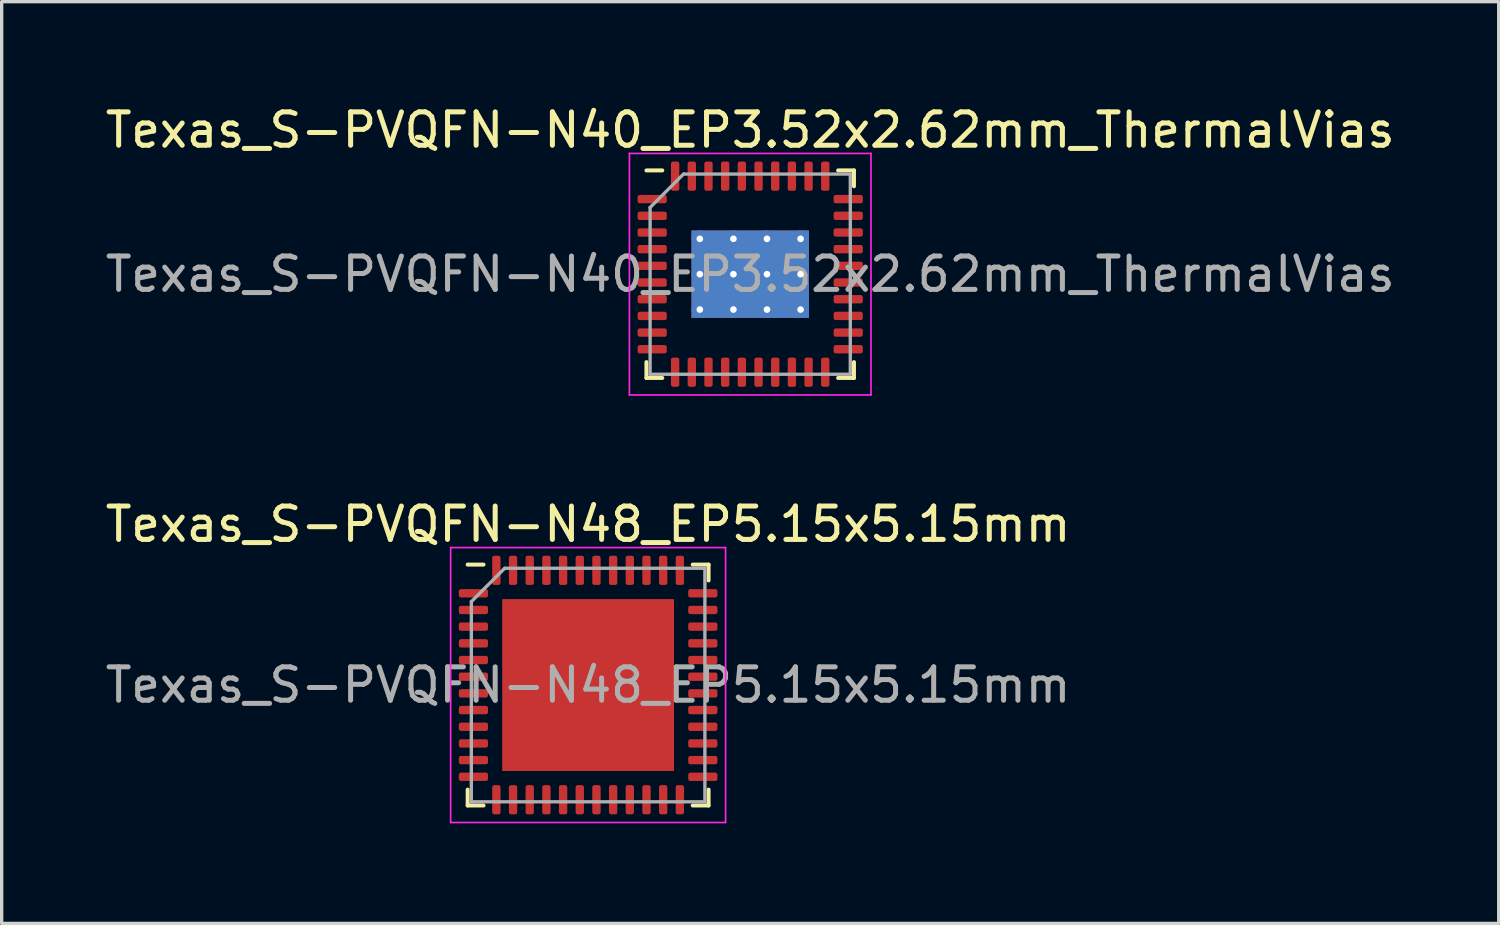
<source format=kicad_pcb>
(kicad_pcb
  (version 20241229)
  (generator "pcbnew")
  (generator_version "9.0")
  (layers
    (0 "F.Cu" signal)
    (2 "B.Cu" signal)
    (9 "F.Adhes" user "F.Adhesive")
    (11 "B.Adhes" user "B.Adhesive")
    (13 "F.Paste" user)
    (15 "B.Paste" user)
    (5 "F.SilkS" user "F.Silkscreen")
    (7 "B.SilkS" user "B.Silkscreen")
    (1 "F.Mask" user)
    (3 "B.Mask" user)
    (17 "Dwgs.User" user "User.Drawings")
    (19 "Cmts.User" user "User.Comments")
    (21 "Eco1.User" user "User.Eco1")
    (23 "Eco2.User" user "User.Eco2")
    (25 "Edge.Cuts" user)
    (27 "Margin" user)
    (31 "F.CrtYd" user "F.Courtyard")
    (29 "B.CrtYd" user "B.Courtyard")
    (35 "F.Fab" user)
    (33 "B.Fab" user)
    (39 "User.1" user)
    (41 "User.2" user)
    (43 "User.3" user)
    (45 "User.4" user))
  (footprint "Texas_S-PVQFN-N48_EP5.15x5.15mm"
    (layer "F.Cu")
    (at 14.577 17.482)
    (property "Reference" "Texas_S-PVQFN-N48_EP5.15x5.15mm" (at 0 -4.82 0) (layer "F.SilkS") (effects (font (size 1 1) (thickness 0.15))))
    (attr smd)
    (fp_line (start -3.61 3.61) (end -3.61 3.135) (stroke (width 0.12) (type solid)) (layer "F.SilkS"))
    (fp_line (start -3.135 -3.61) (end -3.61 -3.61) (stroke (width 0.12) (type solid)) (layer "F.SilkS"))
    (fp_line (start -3.135 3.61) (end -3.61 3.61) (stroke (width 0.12) (type solid)) (layer "F.SilkS"))
    (fp_line (start 3.135 -3.61) (end 3.61 -3.61) (stroke (width 0.12) (type solid)) (layer "F.SilkS"))
    (fp_line (start 3.135 3.61) (end 3.61 3.61) (stroke (width 0.12) (type solid)) (layer "F.SilkS"))
    (fp_line (start 3.61 -3.61) (end 3.61 -3.135) (stroke (width 0.12) (type solid)) (layer "F.SilkS"))
    (fp_line (start 3.61 3.61) (end 3.61 3.135) (stroke (width 0.12) (type solid)) (layer "F.SilkS"))
    (fp_line (start -4.12 -4.12) (end -4.12 4.12) (stroke (width 0.05) (type solid)) (layer "F.CrtYd"))
    (fp_line (start -4.12 4.12) (end 4.12 4.12) (stroke (width 0.05) (type solid)) (layer "F.CrtYd"))
    (fp_line (start 4.12 -4.12) (end -4.12 -4.12) (stroke (width 0.05) (type solid)) (layer "F.CrtYd"))
    (fp_line (start 4.12 4.12) (end 4.12 -4.12) (stroke (width 0.05) (type solid)) (layer "F.CrtYd"))
    (fp_line (start -3.5 -2.5) (end -2.5 -3.5) (stroke (width 0.1) (type solid)) (layer "F.Fab"))
    (fp_line (start -3.5 3.5) (end -3.5 -2.5) (stroke (width 0.1) (type solid)) (layer "F.Fab"))
    (fp_line (start -2.5 -3.5) (end 3.5 -3.5) (stroke (width 0.1) (type solid)) (layer "F.Fab"))
    (fp_line (start 3.5 -3.5) (end 3.5 3.5) (stroke (width 0.1) (type solid)) (layer "F.Fab"))
    (fp_line (start 3.5 3.5) (end -3.5 3.5) (stroke (width 0.1) (type solid)) (layer "F.Fab"))
    (fp_text user "${REFERENCE}" (at 0 0 0) (layer "F.Fab") (effects (font (size 1 1) (thickness 0.15))))
    (pad "" smd roundrect (at -1.935 -1.935) (size 1.04 1.04) (layers "F.Paste") (roundrect_rratio 0.24))
    (pad "" smd roundrect (at -1.935 -0.645) (size 1.04 1.04) (layers "F.Paste") (roundrect_rratio 0.24))
    (pad "" smd roundrect (at -1.935 0.645) (size 1.04 1.04) (layers "F.Paste") (roundrect_rratio 0.24))
    (pad "" smd roundrect (at -1.935 1.935) (size 1.04 1.04) (layers "F.Paste") (roundrect_rratio 0.24))
    (pad "" smd roundrect (at -0.645 -1.935) (size 1.04 1.04) (layers "F.Paste") (roundrect_rratio 0.24))
    (pad "" smd roundrect (at -0.645 -0.645) (size 1.04 1.04) (layers "F.Paste") (roundrect_rratio 0.24))
    (pad "" smd roundrect (at -0.645 0.645) (size 1.04 1.04) (layers "F.Paste") (roundrect_rratio 0.24))
    (pad "" smd roundrect (at -0.645 1.935) (size 1.04 1.04) (layers "F.Paste") (roundrect_rratio 0.24))
    (pad "" smd roundrect (at 0.645 -1.935) (size 1.04 1.04) (layers "F.Paste") (roundrect_rratio 0.24))
    (pad "" smd roundrect (at 0.645 -0.645) (size 1.04 1.04) (layers "F.Paste") (roundrect_rratio 0.24))
    (pad "" smd roundrect (at 0.645 0.645) (size 1.04 1.04) (layers "F.Paste") (roundrect_rratio 0.24))
    (pad "" smd roundrect (at 0.645 1.935) (size 1.04 1.04) (layers "F.Paste") (roundrect_rratio 0.24))
    (pad "" smd roundrect (at 1.935 -1.935) (size 1.04 1.04) (layers "F.Paste") (roundrect_rratio 0.24))
    (pad "" smd roundrect (at 1.935 -0.645) (size 1.04 1.04) (layers "F.Paste") (roundrect_rratio 0.24))
    (pad "" smd roundrect (at 1.935 0.645) (size 1.04 1.04) (layers "F.Paste") (roundrect_rratio 0.24))
    (pad "" smd roundrect (at 1.935 1.935) (size 1.04 1.04) (layers "F.Paste") (roundrect_rratio 0.24))
    (pad "1" smd roundrect (at -3.438 -2.75) (size 0.875 0.25) (layers "F.Cu" "F.Mask" "F.Paste") (roundrect_rratio 0.25))
    (pad "2" smd roundrect (at -3.438 -2.25) (size 0.875 0.25) (layers "F.Cu" "F.Mask" "F.Paste") (roundrect_rratio 0.25))
    (pad "3" smd roundrect (at -3.438 -1.75) (size 0.875 0.25) (layers "F.Cu" "F.Mask" "F.Paste") (roundrect_rratio 0.25))
    (pad "4" smd roundrect (at -3.438 -1.25) (size 0.875 0.25) (layers "F.Cu" "F.Mask" "F.Paste") (roundrect_rratio 0.25))
    (pad "5" smd roundrect (at -3.438 -0.75) (size 0.875 0.25) (layers "F.Cu" "F.Mask" "F.Paste") (roundrect_rratio 0.25))
    (pad "6" smd roundrect (at -3.438 -0.25) (size 0.875 0.25) (layers "F.Cu" "F.Mask" "F.Paste") (roundrect_rratio 0.25))
    (pad "7" smd roundrect (at -3.438 0.25) (size 0.875 0.25) (layers "F.Cu" "F.Mask" "F.Paste") (roundrect_rratio 0.25))
    (pad "8" smd roundrect (at -3.438 0.75) (size 0.875 0.25) (layers "F.Cu" "F.Mask" "F.Paste") (roundrect_rratio 0.25))
    (pad "9" smd roundrect (at -3.438 1.25) (size 0.875 0.25) (layers "F.Cu" "F.Mask" "F.Paste") (roundrect_rratio 0.25))
    (pad "10" smd roundrect (at -3.438 1.75) (size 0.875 0.25) (layers "F.Cu" "F.Mask" "F.Paste") (roundrect_rratio 0.25))
    (pad "11" smd roundrect (at -3.438 2.25) (size 0.875 0.25) (layers "F.Cu" "F.Mask" "F.Paste") (roundrect_rratio 0.25))
    (pad "12" smd roundrect (at -3.438 2.75) (size 0.875 0.25) (layers "F.Cu" "F.Mask" "F.Paste") (roundrect_rratio 0.25))
    (pad "13" smd roundrect (at -2.75 3.438) (size 0.25 0.875) (layers "F.Cu" "F.Mask" "F.Paste") (roundrect_rratio 0.25))
    (pad "14" smd roundrect (at -2.25 3.438) (size 0.25 0.875) (layers "F.Cu" "F.Mask" "F.Paste") (roundrect_rratio 0.25))
    (pad "15" smd roundrect (at -1.75 3.438) (size 0.25 0.875) (layers "F.Cu" "F.Mask" "F.Paste") (roundrect_rratio 0.25))
    (pad "16" smd roundrect (at -1.25 3.438) (size 0.25 0.875) (layers "F.Cu" "F.Mask" "F.Paste") (roundrect_rratio 0.25))
    (pad "17" smd roundrect (at -0.75 3.438) (size 0.25 0.875) (layers "F.Cu" "F.Mask" "F.Paste") (roundrect_rratio 0.25))
    (pad "18" smd roundrect (at -0.25 3.438) (size 0.25 0.875) (layers "F.Cu" "F.Mask" "F.Paste") (roundrect_rratio 0.25))
    (pad "19" smd roundrect (at 0.25 3.438) (size 0.25 0.875) (layers "F.Cu" "F.Mask" "F.Paste") (roundrect_rratio 0.25))
    (pad "20" smd roundrect (at 0.75 3.438) (size 0.25 0.875) (layers "F.Cu" "F.Mask" "F.Paste") (roundrect_rratio 0.25))
    (pad "21" smd roundrect (at 1.25 3.438) (size 0.25 0.875) (layers "F.Cu" "F.Mask" "F.Paste") (roundrect_rratio 0.25))
    (pad "22" smd roundrect (at 1.75 3.438) (size 0.25 0.875) (layers "F.Cu" "F.Mask" "F.Paste") (roundrect_rratio 0.25))
    (pad "23" smd roundrect (at 2.25 3.438) (size 0.25 0.875) (layers "F.Cu" "F.Mask" "F.Paste") (roundrect_rratio 0.25))
    (pad "24" smd roundrect (at 2.75 3.438) (size 0.25 0.875) (layers "F.Cu" "F.Mask" "F.Paste") (roundrect_rratio 0.25))
    (pad "25" smd roundrect (at 3.438 2.75) (size 0.875 0.25) (layers "F.Cu" "F.Mask" "F.Paste") (roundrect_rratio 0.25))
    (pad "26" smd roundrect (at 3.438 2.25) (size 0.875 0.25) (layers "F.Cu" "F.Mask" "F.Paste") (roundrect_rratio 0.25))
    (pad "27" smd roundrect (at 3.438 1.75) (size 0.875 0.25) (layers "F.Cu" "F.Mask" "F.Paste") (roundrect_rratio 0.25))
    (pad "28" smd roundrect (at 3.438 1.25) (size 0.875 0.25) (layers "F.Cu" "F.Mask" "F.Paste") (roundrect_rratio 0.25))
    (pad "29" smd roundrect (at 3.438 0.75) (size 0.875 0.25) (layers "F.Cu" "F.Mask" "F.Paste") (roundrect_rratio 0.25))
    (pad "30" smd roundrect (at 3.438 0.25) (size 0.875 0.25) (layers "F.Cu" "F.Mask" "F.Paste") (roundrect_rratio 0.25))
    (pad "31" smd roundrect (at 3.438 -0.25) (size 0.875 0.25) (layers "F.Cu" "F.Mask" "F.Paste") (roundrect_rratio 0.25))
    (pad "32" smd roundrect (at 3.438 -0.75) (size 0.875 0.25) (layers "F.Cu" "F.Mask" "F.Paste") (roundrect_rratio 0.25))
    (pad "33" smd roundrect (at 3.438 -1.25) (size 0.875 0.25) (layers "F.Cu" "F.Mask" "F.Paste") (roundrect_rratio 0.25))
    (pad "34" smd roundrect (at 3.438 -1.75) (size 0.875 0.25) (layers "F.Cu" "F.Mask" "F.Paste") (roundrect_rratio 0.25))
    (pad "35" smd roundrect (at 3.438 -2.25) (size 0.875 0.25) (layers "F.Cu" "F.Mask" "F.Paste") (roundrect_rratio 0.25))
    (pad "36" smd roundrect (at 3.438 -2.75) (size 0.875 0.25) (layers "F.Cu" "F.Mask" "F.Paste") (roundrect_rratio 0.25))
    (pad "37" smd roundrect (at 2.75 -3.438) (size 0.25 0.875) (layers "F.Cu" "F.Mask" "F.Paste") (roundrect_rratio 0.25))
    (pad "38" smd roundrect (at 2.25 -3.438) (size 0.25 0.875) (layers "F.Cu" "F.Mask" "F.Paste") (roundrect_rratio 0.25))
    (pad "39" smd roundrect (at 1.75 -3.438) (size 0.25 0.875) (layers "F.Cu" "F.Mask" "F.Paste") (roundrect_rratio 0.25))
    (pad "40" smd roundrect (at 1.25 -3.438) (size 0.25 0.875) (layers "F.Cu" "F.Mask" "F.Paste") (roundrect_rratio 0.25))
    (pad "41" smd roundrect (at 0.75 -3.438) (size 0.25 0.875) (layers "F.Cu" "F.Mask" "F.Paste") (roundrect_rratio 0.25))
    (pad "42" smd roundrect (at 0.25 -3.438) (size 0.25 0.875) (layers "F.Cu" "F.Mask" "F.Paste") (roundrect_rratio 0.25))
    (pad "43" smd roundrect (at -0.25 -3.438) (size 0.25 0.875) (layers "F.Cu" "F.Mask" "F.Paste") (roundrect_rratio 0.25))
    (pad "44" smd roundrect (at -0.75 -3.438) (size 0.25 0.875) (layers "F.Cu" "F.Mask" "F.Paste") (roundrect_rratio 0.25))
    (pad "45" smd roundrect (at -1.25 -3.438) (size 0.25 0.875) (layers "F.Cu" "F.Mask" "F.Paste") (roundrect_rratio 0.25))
    (pad "46" smd roundrect (at -1.75 -3.438) (size 0.25 0.875) (layers "F.Cu" "F.Mask" "F.Paste") (roundrect_rratio 0.25))
    (pad "47" smd roundrect (at -2.25 -3.438) (size 0.25 0.875) (layers "F.Cu" "F.Mask" "F.Paste") (roundrect_rratio 0.25))
    (pad "48" smd roundrect (at -2.75 -3.438) (size 0.25 0.875) (layers "F.Cu" "F.Mask" "F.Paste") (roundrect_rratio 0.25))
    (pad "49" smd rect (at 0 0) (size 5.15 5.15) (layers "F.Cu" "F.Mask")))
  (footprint "Texas_S-PVQFN-N40_EP3.52x2.62mm_ThermalVias"
    (layer "F.Cu")
    (at 19.435 5.168)
    (property "Reference" "Texas_S-PVQFN-N40_EP3.52x2.62mm_ThermalVias" (at 0 -4.32 0) (layer "F.SilkS") (effects (font (size 1 1) (thickness 0.15))))
    (attr smd)
    (fp_line (start -3.11 3.11) (end -3.11 2.635) (stroke (width 0.12) (type solid)) (layer "F.SilkS"))
    (fp_line (start -2.635 -3.11) (end -3.11 -3.11) (stroke (width 0.12) (type solid)) (layer "F.SilkS"))
    (fp_line (start -2.635 3.11) (end -3.11 3.11) (stroke (width 0.12) (type solid)) (layer "F.SilkS"))
    (fp_line (start 2.635 -3.11) (end 3.11 -3.11) (stroke (width 0.12) (type solid)) (layer "F.SilkS"))
    (fp_line (start 2.635 3.11) (end 3.11 3.11) (stroke (width 0.12) (type solid)) (layer "F.SilkS"))
    (fp_line (start 3.11 -3.11) (end 3.11 -2.635) (stroke (width 0.12) (type solid)) (layer "F.SilkS"))
    (fp_line (start 3.11 3.11) (end 3.11 2.635) (stroke (width 0.12) (type solid)) (layer "F.SilkS"))
    (fp_line (start -3.62 -3.62) (end -3.62 3.62) (stroke (width 0.05) (type solid)) (layer "F.CrtYd"))
    (fp_line (start -3.62 3.62) (end 3.62 3.62) (stroke (width 0.05) (type solid)) (layer "F.CrtYd"))
    (fp_line (start 3.62 -3.62) (end -3.62 -3.62) (stroke (width 0.05) (type solid)) (layer "F.CrtYd"))
    (fp_line (start 3.62 3.62) (end 3.62 -3.62) (stroke (width 0.05) (type solid)) (layer "F.CrtYd"))
    (fp_line (start -3 -2) (end -2 -3) (stroke (width 0.1) (type solid)) (layer "F.Fab"))
    (fp_line (start -3 3) (end -3 -2) (stroke (width 0.1) (type solid)) (layer "F.Fab"))
    (fp_line (start -2 -3) (end 3 -3) (stroke (width 0.1) (type solid)) (layer "F.Fab"))
    (fp_line (start 3 -3) (end 3 3) (stroke (width 0.1) (type solid)) (layer "F.Fab"))
    (fp_line (start 3 3) (end -3 3) (stroke (width 0.1) (type solid)) (layer "F.Fab"))
    (fp_text user "${REFERENCE}" (at 0 0 0) (layer "F.Fab") (effects (font (size 1 1) (thickness 0.15))))
    (pad "" smd roundrect (at -1.17 -0.655) (size 0.98 1.1) (layers "F.Paste") (roundrect_rratio 0.25))
    (pad "" smd roundrect (at -1.17 0.655) (size 0.98 1.1) (layers "F.Paste") (roundrect_rratio 0.25))
    (pad "" smd roundrect (at 0 -0.655) (size 0.98 1.1) (layers "F.Paste") (roundrect_rratio 0.25))
    (pad "" smd roundrect (at 0 0.655) (size 0.98 1.1) (layers "F.Paste") (roundrect_rratio 0.25))
    (pad "" smd roundrect (at 1.17 -0.655) (size 0.98 1.1) (layers "F.Paste") (roundrect_rratio 0.25))
    (pad "" smd roundrect (at 1.17 0.655) (size 0.98 1.1) (layers "F.Paste") (roundrect_rratio 0.25))
    (pad "1" smd roundrect (at -2.938 -2.25) (size 0.875 0.25) (layers "F.Cu" "F.Mask" "F.Paste") (roundrect_rratio 0.25))
    (pad "2" smd roundrect (at -2.938 -1.75) (size 0.875 0.25) (layers "F.Cu" "F.Mask" "F.Paste") (roundrect_rratio 0.25))
    (pad "3" smd roundrect (at -2.938 -1.25) (size 0.875 0.25) (layers "F.Cu" "F.Mask" "F.Paste") (roundrect_rratio 0.25))
    (pad "4" smd roundrect (at -2.938 -0.75) (size 0.875 0.25) (layers "F.Cu" "F.Mask" "F.Paste") (roundrect_rratio 0.25))
    (pad "5" smd roundrect (at -2.938 -0.25) (size 0.875 0.25) (layers "F.Cu" "F.Mask" "F.Paste") (roundrect_rratio 0.25))
    (pad "6" smd roundrect (at -2.938 0.25) (size 0.875 0.25) (layers "F.Cu" "F.Mask" "F.Paste") (roundrect_rratio 0.25))
    (pad "7" smd roundrect (at -2.938 0.75) (size 0.875 0.25) (layers "F.Cu" "F.Mask" "F.Paste") (roundrect_rratio 0.25))
    (pad "8" smd roundrect (at -2.938 1.25) (size 0.875 0.25) (layers "F.Cu" "F.Mask" "F.Paste") (roundrect_rratio 0.25))
    (pad "9" smd roundrect (at -2.938 1.75) (size 0.875 0.25) (layers "F.Cu" "F.Mask" "F.Paste") (roundrect_rratio 0.25))
    (pad "10" smd roundrect (at -2.938 2.25) (size 0.875 0.25) (layers "F.Cu" "F.Mask" "F.Paste") (roundrect_rratio 0.25))
    (pad "11" smd roundrect (at -2.25 2.938) (size 0.25 0.875) (layers "F.Cu" "F.Mask" "F.Paste") (roundrect_rratio 0.25))
    (pad "12" smd roundrect (at -1.75 2.938) (size 0.25 0.875) (layers "F.Cu" "F.Mask" "F.Paste") (roundrect_rratio 0.25))
    (pad "13" smd roundrect (at -1.25 2.938) (size 0.25 0.875) (layers "F.Cu" "F.Mask" "F.Paste") (roundrect_rratio 0.25))
    (pad "14" smd roundrect (at -0.75 2.938) (size 0.25 0.875) (layers "F.Cu" "F.Mask" "F.Paste") (roundrect_rratio 0.25))
    (pad "15" smd roundrect (at -0.25 2.938) (size 0.25 0.875) (layers "F.Cu" "F.Mask" "F.Paste") (roundrect_rratio 0.25))
    (pad "16" smd roundrect (at 0.25 2.938) (size 0.25 0.875) (layers "F.Cu" "F.Mask" "F.Paste") (roundrect_rratio 0.25))
    (pad "17" smd roundrect (at 0.75 2.938) (size 0.25 0.875) (layers "F.Cu" "F.Mask" "F.Paste") (roundrect_rratio 0.25))
    (pad "18" smd roundrect (at 1.25 2.938) (size 0.25 0.875) (layers "F.Cu" "F.Mask" "F.Paste") (roundrect_rratio 0.25))
    (pad "19" smd roundrect (at 1.75 2.938) (size 0.25 0.875) (layers "F.Cu" "F.Mask" "F.Paste") (roundrect_rratio 0.25))
    (pad "20" smd roundrect (at 2.25 2.938) (size 0.25 0.875) (layers "F.Cu" "F.Mask" "F.Paste") (roundrect_rratio 0.25))
    (pad "21" smd roundrect (at 2.938 2.25) (size 0.875 0.25) (layers "F.Cu" "F.Mask" "F.Paste") (roundrect_rratio 0.25))
    (pad "22" smd roundrect (at 2.938 1.75) (size 0.875 0.25) (layers "F.Cu" "F.Mask" "F.Paste") (roundrect_rratio 0.25))
    (pad "23" smd roundrect (at 2.938 1.25) (size 0.875 0.25) (layers "F.Cu" "F.Mask" "F.Paste") (roundrect_rratio 0.25))
    (pad "24" smd roundrect (at 2.938 0.75) (size 0.875 0.25) (layers "F.Cu" "F.Mask" "F.Paste") (roundrect_rratio 0.25))
    (pad "25" smd roundrect (at 2.938 0.25) (size 0.875 0.25) (layers "F.Cu" "F.Mask" "F.Paste") (roundrect_rratio 0.25))
    (pad "26" smd roundrect (at 2.938 -0.25) (size 0.875 0.25) (layers "F.Cu" "F.Mask" "F.Paste") (roundrect_rratio 0.25))
    (pad "27" smd roundrect (at 2.938 -0.75) (size 0.875 0.25) (layers "F.Cu" "F.Mask" "F.Paste") (roundrect_rratio 0.25))
    (pad "28" smd roundrect (at 2.938 -1.25) (size 0.875 0.25) (layers "F.Cu" "F.Mask" "F.Paste") (roundrect_rratio 0.25))
    (pad "29" smd roundrect (at 2.938 -1.75) (size 0.875 0.25) (layers "F.Cu" "F.Mask" "F.Paste") (roundrect_rratio 0.25))
    (pad "30" smd roundrect (at 2.938 -2.25) (size 0.875 0.25) (layers "F.Cu" "F.Mask" "F.Paste") (roundrect_rratio 0.25))
    (pad "31" smd roundrect (at 2.25 -2.938) (size 0.25 0.875) (layers "F.Cu" "F.Mask" "F.Paste") (roundrect_rratio 0.25))
    (pad "32" smd roundrect (at 1.75 -2.938) (size 0.25 0.875) (layers "F.Cu" "F.Mask" "F.Paste") (roundrect_rratio 0.25))
    (pad "33" smd roundrect (at 1.25 -2.938) (size 0.25 0.875) (layers "F.Cu" "F.Mask" "F.Paste") (roundrect_rratio 0.25))
    (pad "34" smd roundrect (at 0.75 -2.938) (size 0.25 0.875) (layers "F.Cu" "F.Mask" "F.Paste") (roundrect_rratio 0.25))
    (pad "35" smd roundrect (at 0.25 -2.938) (size 0.25 0.875) (layers "F.Cu" "F.Mask" "F.Paste") (roundrect_rratio 0.25))
    (pad "36" smd roundrect (at -0.25 -2.938) (size 0.25 0.875) (layers "F.Cu" "F.Mask" "F.Paste") (roundrect_rratio 0.25))
    (pad "37" smd roundrect (at -0.75 -2.938) (size 0.25 0.875) (layers "F.Cu" "F.Mask" "F.Paste") (roundrect_rratio 0.25))
    (pad "38" smd roundrect (at -1.25 -2.938) (size 0.25 0.875) (layers "F.Cu" "F.Mask" "F.Paste") (roundrect_rratio 0.25))
    (pad "39" smd roundrect (at -1.75 -2.938) (size 0.25 0.875) (layers "F.Cu" "F.Mask" "F.Paste") (roundrect_rratio 0.25))
    (pad "40" smd roundrect (at -2.25 -2.938) (size 0.25 0.875) (layers "F.Cu" "F.Mask" "F.Paste") (roundrect_rratio 0.25))
    (pad "41" thru_hole circle (at -1.51 -1.06) (size 0.5 0.5) (drill 0.2) (layers "*.Cu"))
    (pad "41" thru_hole circle (at -1.51 0) (size 0.5 0.5) (drill 0.2) (layers "*.Cu"))
    (pad "41" thru_hole circle (at -1.51 1.06) (size 0.5 0.5) (drill 0.2) (layers "*.Cu"))
    (pad "41" thru_hole circle (at -0.503 -1.06) (size 0.5 0.5) (drill 0.2) (layers "*.Cu"))
    (pad "41" thru_hole circle (at -0.503 0) (size 0.5 0.5) (drill 0.2) (layers "*.Cu"))
    (pad "41" thru_hole circle (at -0.503 1.06) (size 0.5 0.5) (drill 0.2) (layers "*.Cu"))
    (pad "41" smd rect (at 0 0) (size 3.52 2.62) (layers "F.Cu" "F.Mask"))
    (pad "41" smd rect (at 0 0) (size 3.52 2.62) (layers "B.Cu"))
    (pad "41" thru_hole circle (at 0.503 -1.06) (size 0.5 0.5) (drill 0.2) (layers "*.Cu"))
    (pad "41" thru_hole circle (at 0.503 0) (size 0.5 0.5) (drill 0.2) (layers "*.Cu"))
    (pad "41" thru_hole circle (at 0.503 1.06) (size 0.5 0.5) (drill 0.2) (layers "*.Cu"))
    (pad "41" thru_hole circle (at 1.51 -1.06) (size 0.5 0.5) (drill 0.2) (layers "*.Cu"))
    (pad "41" thru_hole circle (at 1.51 0) (size 0.5 0.5) (drill 0.2) (layers "*.Cu"))
    (pad "41" thru_hole circle (at 1.51 1.06) (size 0.5 0.5) (drill 0.2) (layers "*.Cu")))
  (gr_rect
    (start -3 -3)
    (end 41.869 24.627)
    (stroke (width 0.1) (type default))
    (fill no)
    (layer "Edge.Cuts")))
</source>
